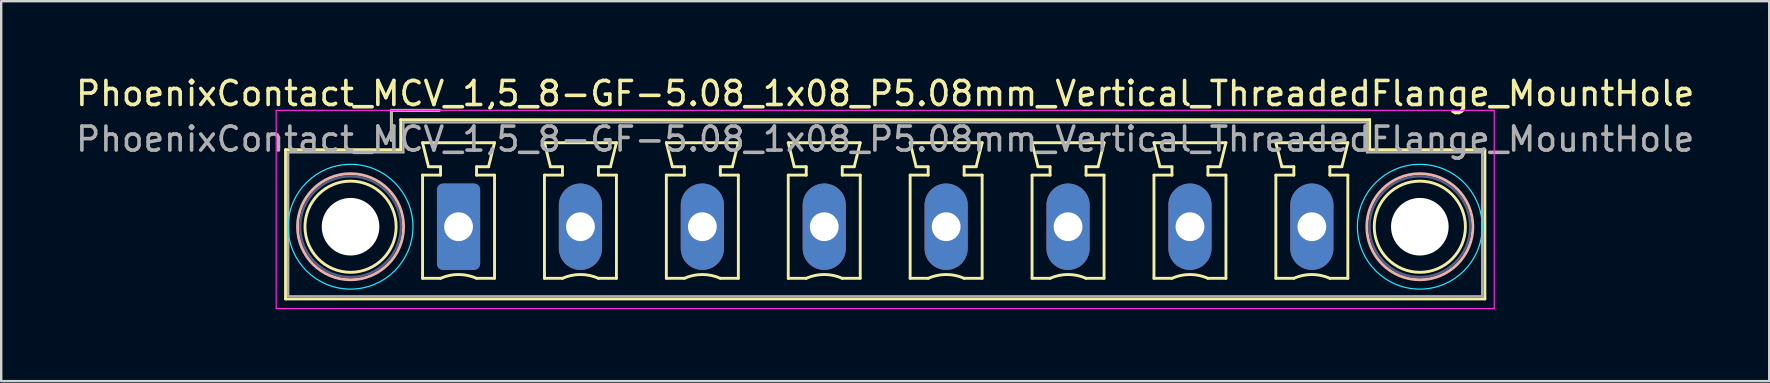
<source format=kicad_pcb>
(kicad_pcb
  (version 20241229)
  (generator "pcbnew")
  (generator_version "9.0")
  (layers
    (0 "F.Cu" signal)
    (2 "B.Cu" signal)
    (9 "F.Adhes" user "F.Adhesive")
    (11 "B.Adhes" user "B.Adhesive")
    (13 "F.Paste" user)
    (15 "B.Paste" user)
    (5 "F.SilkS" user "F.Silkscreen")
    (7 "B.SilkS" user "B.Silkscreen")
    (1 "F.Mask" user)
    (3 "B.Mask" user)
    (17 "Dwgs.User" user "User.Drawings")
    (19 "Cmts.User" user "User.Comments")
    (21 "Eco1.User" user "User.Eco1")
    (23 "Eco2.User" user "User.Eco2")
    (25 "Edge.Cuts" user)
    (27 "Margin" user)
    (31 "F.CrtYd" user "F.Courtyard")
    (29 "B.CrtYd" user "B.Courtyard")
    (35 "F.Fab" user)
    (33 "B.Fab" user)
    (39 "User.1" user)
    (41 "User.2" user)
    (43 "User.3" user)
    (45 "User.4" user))
  (footprint "PhoenixContact_MCV_1,5_8-GF-5.08_1x08_P5.08mm_Vertical_ThreadedFlange_MountHole"
    (layer "F.Cu")
    (at 16.059 6.398)
    (property "Reference" "PhoenixContact_MCV_1,5_8-GF-5.08_1x08_P5.08mm_Vertical_ThreadedFlange_MountHole" (at 17.78 -5.55 0) (layer "F.SilkS") (effects (font (size 1 1) (thickness 0.15))))
    (attr through_hole)
    (fp_line (start -7.21 -3.21) (end -7.21 3.01) (stroke (width 0.12) (type solid)) (layer "F.SilkS"))
    (fp_line (start -7.21 3.01) (end 42.77 3.01) (stroke (width 0.12) (type solid)) (layer "F.SilkS"))
    (fp_line (start -2.8 -4.85) (end -0.8 -4.85) (stroke (width 0.12) (type solid)) (layer "F.SilkS"))
    (fp_line (start -2.8 -3.6) (end -2.8 -4.85) (stroke (width 0.12) (type solid)) (layer "F.SilkS"))
    (fp_line (start -2.41 -4.46) (end -2.41 -3.21) (stroke (width 0.12) (type solid)) (layer "F.SilkS"))
    (fp_line (start -2.41 -3.21) (end -7.21 -3.21) (stroke (width 0.12) (type solid)) (layer "F.SilkS"))
    (fp_line (start -1.5 -3.5) (end 1.5 -3.5) (stroke (width 0.12) (type solid)) (layer "F.SilkS"))
    (fp_line (start -1.5 -2.15) (end -0.75 -2.15) (stroke (width 0.12) (type solid)) (layer "F.SilkS"))
    (fp_line (start -1.5 2.15) (end -1.5 -2.15) (stroke (width 0.12) (type solid)) (layer "F.SilkS"))
    (fp_line (start -1.25 -2.5) (end -1.5 -3.5) (stroke (width 0.12) (type solid)) (layer "F.SilkS"))
    (fp_line (start -0.75 -2.5) (end -1.25 -2.5) (stroke (width 0.12) (type solid)) (layer "F.SilkS"))
    (fp_line (start -0.75 -2.15) (end -0.75 -2.5) (stroke (width 0.12) (type solid)) (layer "F.SilkS"))
    (fp_line (start -0.75 2.15) (end -1.5 2.15) (stroke (width 0.12) (type solid)) (layer "F.SilkS"))
    (fp_line (start 0.75 -2.5) (end 0.75 -2.15) (stroke (width 0.12) (type solid)) (layer "F.SilkS"))
    (fp_line (start 0.75 -2.15) (end 1.5 -2.15) (stroke (width 0.12) (type solid)) (layer "F.SilkS"))
    (fp_line (start 1.25 -2.5) (end 0.75 -2.5) (stroke (width 0.12) (type solid)) (layer "F.SilkS"))
    (fp_line (start 1.5 -3.5) (end 1.25 -2.5) (stroke (width 0.12) (type solid)) (layer "F.SilkS"))
    (fp_line (start 1.5 -2.15) (end 1.5 2.15) (stroke (width 0.12) (type solid)) (layer "F.SilkS"))
    (fp_line (start 1.5 2.15) (end 0.75 2.15) (stroke (width 0.12) (type solid)) (layer "F.SilkS"))
    (fp_line (start 3.58 -3.5) (end 6.58 -3.5) (stroke (width 0.12) (type solid)) (layer "F.SilkS"))
    (fp_line (start 3.58 -2.15) (end 4.33 -2.15) (stroke (width 0.12) (type solid)) (layer "F.SilkS"))
    (fp_line (start 3.58 2.15) (end 3.58 -2.15) (stroke (width 0.12) (type solid)) (layer "F.SilkS"))
    (fp_line (start 3.83 -2.5) (end 3.58 -3.5) (stroke (width 0.12) (type solid)) (layer "F.SilkS"))
    (fp_line (start 4.33 -2.5) (end 3.83 -2.5) (stroke (width 0.12) (type solid)) (layer "F.SilkS"))
    (fp_line (start 4.33 -2.15) (end 4.33 -2.5) (stroke (width 0.12) (type solid)) (layer "F.SilkS"))
    (fp_line (start 4.33 2.15) (end 3.58 2.15) (stroke (width 0.12) (type solid)) (layer "F.SilkS"))
    (fp_line (start 5.83 -2.5) (end 5.83 -2.15) (stroke (width 0.12) (type solid)) (layer "F.SilkS"))
    (fp_line (start 5.83 -2.15) (end 6.58 -2.15) (stroke (width 0.12) (type solid)) (layer "F.SilkS"))
    (fp_line (start 6.33 -2.5) (end 5.83 -2.5) (stroke (width 0.12) (type solid)) (layer "F.SilkS"))
    (fp_line (start 6.58 -3.5) (end 6.33 -2.5) (stroke (width 0.12) (type solid)) (layer "F.SilkS"))
    (fp_line (start 6.58 -2.15) (end 6.58 2.15) (stroke (width 0.12) (type solid)) (layer "F.SilkS"))
    (fp_line (start 6.58 2.15) (end 5.83 2.15) (stroke (width 0.12) (type solid)) (layer "F.SilkS"))
    (fp_line (start 8.66 -3.5) (end 11.66 -3.5) (stroke (width 0.12) (type solid)) (layer "F.SilkS"))
    (fp_line (start 8.66 -2.15) (end 9.41 -2.15) (stroke (width 0.12) (type solid)) (layer "F.SilkS"))
    (fp_line (start 8.66 2.15) (end 8.66 -2.15) (stroke (width 0.12) (type solid)) (layer "F.SilkS"))
    (fp_line (start 8.91 -2.5) (end 8.66 -3.5) (stroke (width 0.12) (type solid)) (layer "F.SilkS"))
    (fp_line (start 9.41 -2.5) (end 8.91 -2.5) (stroke (width 0.12) (type solid)) (layer "F.SilkS"))
    (fp_line (start 9.41 -2.15) (end 9.41 -2.5) (stroke (width 0.12) (type solid)) (layer "F.SilkS"))
    (fp_line (start 9.41 2.15) (end 8.66 2.15) (stroke (width 0.12) (type solid)) (layer "F.SilkS"))
    (fp_line (start 10.91 -2.5) (end 10.91 -2.15) (stroke (width 0.12) (type solid)) (layer "F.SilkS"))
    (fp_line (start 10.91 -2.15) (end 11.66 -2.15) (stroke (width 0.12) (type solid)) (layer "F.SilkS"))
    (fp_line (start 11.41 -2.5) (end 10.91 -2.5) (stroke (width 0.12) (type solid)) (layer "F.SilkS"))
    (fp_line (start 11.66 -3.5) (end 11.41 -2.5) (stroke (width 0.12) (type solid)) (layer "F.SilkS"))
    (fp_line (start 11.66 -2.15) (end 11.66 2.15) (stroke (width 0.12) (type solid)) (layer "F.SilkS"))
    (fp_line (start 11.66 2.15) (end 10.91 2.15) (stroke (width 0.12) (type solid)) (layer "F.SilkS"))
    (fp_line (start 13.74 -3.5) (end 16.74 -3.5) (stroke (width 0.12) (type solid)) (layer "F.SilkS"))
    (fp_line (start 13.74 -2.15) (end 14.49 -2.15) (stroke (width 0.12) (type solid)) (layer "F.SilkS"))
    (fp_line (start 13.74 2.15) (end 13.74 -2.15) (stroke (width 0.12) (type solid)) (layer "F.SilkS"))
    (fp_line (start 13.99 -2.5) (end 13.74 -3.5) (stroke (width 0.12) (type solid)) (layer "F.SilkS"))
    (fp_line (start 14.49 -2.5) (end 13.99 -2.5) (stroke (width 0.12) (type solid)) (layer "F.SilkS"))
    (fp_line (start 14.49 -2.15) (end 14.49 -2.5) (stroke (width 0.12) (type solid)) (layer "F.SilkS"))
    (fp_line (start 14.49 2.15) (end 13.74 2.15) (stroke (width 0.12) (type solid)) (layer "F.SilkS"))
    (fp_line (start 15.99 -2.5) (end 15.99 -2.15) (stroke (width 0.12) (type solid)) (layer "F.SilkS"))
    (fp_line (start 15.99 -2.15) (end 16.74 -2.15) (stroke (width 0.12) (type solid)) (layer "F.SilkS"))
    (fp_line (start 16.49 -2.5) (end 15.99 -2.5) (stroke (width 0.12) (type solid)) (layer "F.SilkS"))
    (fp_line (start 16.74 -3.5) (end 16.49 -2.5) (stroke (width 0.12) (type solid)) (layer "F.SilkS"))
    (fp_line (start 16.74 -2.15) (end 16.74 2.15) (stroke (width 0.12) (type solid)) (layer "F.SilkS"))
    (fp_line (start 16.74 2.15) (end 15.99 2.15) (stroke (width 0.12) (type solid)) (layer "F.SilkS"))
    (fp_line (start 18.82 -3.5) (end 21.82 -3.5) (stroke (width 0.12) (type solid)) (layer "F.SilkS"))
    (fp_line (start 18.82 -2.15) (end 19.57 -2.15) (stroke (width 0.12) (type solid)) (layer "F.SilkS"))
    (fp_line (start 18.82 2.15) (end 18.82 -2.15) (stroke (width 0.12) (type solid)) (layer "F.SilkS"))
    (fp_line (start 19.07 -2.5) (end 18.82 -3.5) (stroke (width 0.12) (type solid)) (layer "F.SilkS"))
    (fp_line (start 19.57 -2.5) (end 19.07 -2.5) (stroke (width 0.12) (type solid)) (layer "F.SilkS"))
    (fp_line (start 19.57 -2.15) (end 19.57 -2.5) (stroke (width 0.12) (type solid)) (layer "F.SilkS"))
    (fp_line (start 19.57 2.15) (end 18.82 2.15) (stroke (width 0.12) (type solid)) (layer "F.SilkS"))
    (fp_line (start 21.07 -2.5) (end 21.07 -2.15) (stroke (width 0.12) (type solid)) (layer "F.SilkS"))
    (fp_line (start 21.07 -2.15) (end 21.82 -2.15) (stroke (width 0.12) (type solid)) (layer "F.SilkS"))
    (fp_line (start 21.57 -2.5) (end 21.07 -2.5) (stroke (width 0.12) (type solid)) (layer "F.SilkS"))
    (fp_line (start 21.82 -3.5) (end 21.57 -2.5) (stroke (width 0.12) (type solid)) (layer "F.SilkS"))
    (fp_line (start 21.82 -2.15) (end 21.82 2.15) (stroke (width 0.12) (type solid)) (layer "F.SilkS"))
    (fp_line (start 21.82 2.15) (end 21.07 2.15) (stroke (width 0.12) (type solid)) (layer "F.SilkS"))
    (fp_line (start 23.9 -3.5) (end 26.9 -3.5) (stroke (width 0.12) (type solid)) (layer "F.SilkS"))
    (fp_line (start 23.9 -2.15) (end 24.65 -2.15) (stroke (width 0.12) (type solid)) (layer "F.SilkS"))
    (fp_line (start 23.9 2.15) (end 23.9 -2.15) (stroke (width 0.12) (type solid)) (layer "F.SilkS"))
    (fp_line (start 24.15 -2.5) (end 23.9 -3.5) (stroke (width 0.12) (type solid)) (layer "F.SilkS"))
    (fp_line (start 24.65 -2.5) (end 24.15 -2.5) (stroke (width 0.12) (type solid)) (layer "F.SilkS"))
    (fp_line (start 24.65 -2.15) (end 24.65 -2.5) (stroke (width 0.12) (type solid)) (layer "F.SilkS"))
    (fp_line (start 24.65 2.15) (end 23.9 2.15) (stroke (width 0.12) (type solid)) (layer "F.SilkS"))
    (fp_line (start 26.15 -2.5) (end 26.15 -2.15) (stroke (width 0.12) (type solid)) (layer "F.SilkS"))
    (fp_line (start 26.15 -2.15) (end 26.9 -2.15) (stroke (width 0.12) (type solid)) (layer "F.SilkS"))
    (fp_line (start 26.65 -2.5) (end 26.15 -2.5) (stroke (width 0.12) (type solid)) (layer "F.SilkS"))
    (fp_line (start 26.9 -3.5) (end 26.65 -2.5) (stroke (width 0.12) (type solid)) (layer "F.SilkS"))
    (fp_line (start 26.9 -2.15) (end 26.9 2.15) (stroke (width 0.12) (type solid)) (layer "F.SilkS"))
    (fp_line (start 26.9 2.15) (end 26.15 2.15) (stroke (width 0.12) (type solid)) (layer "F.SilkS"))
    (fp_line (start 28.98 -3.5) (end 31.98 -3.5) (stroke (width 0.12) (type solid)) (layer "F.SilkS"))
    (fp_line (start 28.98 -2.15) (end 29.73 -2.15) (stroke (width 0.12) (type solid)) (layer "F.SilkS"))
    (fp_line (start 28.98 2.15) (end 28.98 -2.15) (stroke (width 0.12) (type solid)) (layer "F.SilkS"))
    (fp_line (start 29.23 -2.5) (end 28.98 -3.5) (stroke (width 0.12) (type solid)) (layer "F.SilkS"))
    (fp_line (start 29.73 -2.5) (end 29.23 -2.5) (stroke (width 0.12) (type solid)) (layer "F.SilkS"))
    (fp_line (start 29.73 -2.15) (end 29.73 -2.5) (stroke (width 0.12) (type solid)) (layer "F.SilkS"))
    (fp_line (start 29.73 2.15) (end 28.98 2.15) (stroke (width 0.12) (type solid)) (layer "F.SilkS"))
    (fp_line (start 31.23 -2.5) (end 31.23 -2.15) (stroke (width 0.12) (type solid)) (layer "F.SilkS"))
    (fp_line (start 31.23 -2.15) (end 31.98 -2.15) (stroke (width 0.12) (type solid)) (layer "F.SilkS"))
    (fp_line (start 31.73 -2.5) (end 31.23 -2.5) (stroke (width 0.12) (type solid)) (layer "F.SilkS"))
    (fp_line (start 31.98 -3.5) (end 31.73 -2.5) (stroke (width 0.12) (type solid)) (layer "F.SilkS"))
    (fp_line (start 31.98 -2.15) (end 31.98 2.15) (stroke (width 0.12) (type solid)) (layer "F.SilkS"))
    (fp_line (start 31.98 2.15) (end 31.23 2.15) (stroke (width 0.12) (type solid)) (layer "F.SilkS"))
    (fp_line (start 34.06 -3.5) (end 37.06 -3.5) (stroke (width 0.12) (type solid)) (layer "F.SilkS"))
    (fp_line (start 34.06 -2.15) (end 34.81 -2.15) (stroke (width 0.12) (type solid)) (layer "F.SilkS"))
    (fp_line (start 34.06 2.15) (end 34.06 -2.15) (stroke (width 0.12) (type solid)) (layer "F.SilkS"))
    (fp_line (start 34.31 -2.5) (end 34.06 -3.5) (stroke (width 0.12) (type solid)) (layer "F.SilkS"))
    (fp_line (start 34.81 -2.5) (end 34.31 -2.5) (stroke (width 0.12) (type solid)) (layer "F.SilkS"))
    (fp_line (start 34.81 -2.15) (end 34.81 -2.5) (stroke (width 0.12) (type solid)) (layer "F.SilkS"))
    (fp_line (start 34.81 2.15) (end 34.06 2.15) (stroke (width 0.12) (type solid)) (layer "F.SilkS"))
    (fp_line (start 36.31 -2.5) (end 36.31 -2.15) (stroke (width 0.12) (type solid)) (layer "F.SilkS"))
    (fp_line (start 36.31 -2.15) (end 37.06 -2.15) (stroke (width 0.12) (type solid)) (layer "F.SilkS"))
    (fp_line (start 36.81 -2.5) (end 36.31 -2.5) (stroke (width 0.12) (type solid)) (layer "F.SilkS"))
    (fp_line (start 37.06 -3.5) (end 36.81 -2.5) (stroke (width 0.12) (type solid)) (layer "F.SilkS"))
    (fp_line (start 37.06 -2.15) (end 37.06 2.15) (stroke (width 0.12) (type solid)) (layer "F.SilkS"))
    (fp_line (start 37.06 2.15) (end 36.31 2.15) (stroke (width 0.12) (type solid)) (layer "F.SilkS"))
    (fp_line (start 37.97 -4.46) (end -2.41 -4.46) (stroke (width 0.12) (type solid)) (layer "F.SilkS"))
    (fp_line (start 37.97 -3.21) (end 37.97 -4.46) (stroke (width 0.12) (type solid)) (layer "F.SilkS"))
    (fp_line (start 42.77 -3.21) (end 37.97 -3.21) (stroke (width 0.12) (type solid)) (layer "F.SilkS"))
    (fp_line (start 42.77 3.01) (end 42.77 -3.21) (stroke (width 0.12) (type solid)) (layer "F.SilkS"))
    (fp_arc (start -0.75 2.15) (mid -0.000193 1.99191) (end 0.749647 2.149844) (stroke (width 0.12) (type solid)) (layer "F.SilkS"))
    (fp_arc (start 4.33 2.15) (mid 5.079807 1.99191) (end 5.829647 2.149844) (stroke (width 0.12) (type solid)) (layer "F.SilkS"))
    (fp_arc (start 9.41 2.15) (mid 10.159807 1.99191) (end 10.909647 2.149844) (stroke (width 0.12) (type solid)) (layer "F.SilkS"))
    (fp_arc (start 14.49 2.15) (mid 15.239807 1.99191) (end 15.989647 2.149844) (stroke (width 0.12) (type solid)) (layer "F.SilkS"))
    (fp_arc (start 19.57 2.15) (mid 20.319807 1.99191) (end 21.069647 2.149844) (stroke (width 0.12) (type solid)) (layer "F.SilkS"))
    (fp_arc (start 24.65 2.15) (mid 25.399807 1.99191) (end 26.149647 2.149844) (stroke (width 0.12) (type solid)) (layer "F.SilkS"))
    (fp_arc (start 29.73 2.15) (mid 30.479807 1.99191) (end 31.229647 2.149844) (stroke (width 0.12) (type solid)) (layer "F.SilkS"))
    (fp_arc (start 34.81 2.15) (mid 35.559807 1.99191) (end 36.309647 2.149844) (stroke (width 0.12) (type solid)) (layer "F.SilkS"))
    (fp_circle (center -4.5 0) (end -2.6 0) (stroke (width 0.12) (type solid)) (fill no) (layer "F.SilkS"))
    (fp_circle (center 40.06 0) (end 41.96 0) (stroke (width 0.12) (type solid)) (fill no) (layer "F.SilkS"))
    (fp_circle (center -4.5 0) (end -2.29 0) (stroke (width 0.12) (type solid)) (fill no) (layer "B.SilkS"))
    (fp_circle (center 40.06 0) (end 42.27 0) (stroke (width 0.12) (type solid)) (fill no) (layer "B.SilkS"))
    (fp_circle (center -4.5 0) (end -1.9 0) (stroke (width 0.05) (type solid)) (fill no) (layer "B.CrtYd"))
    (fp_circle (center 40.06 0) (end 42.66 0) (stroke (width 0.05) (type solid)) (fill no) (layer "B.CrtYd"))
    (fp_line (start -7.6 -4.85) (end -7.6 3.41) (stroke (width 0.05) (type solid)) (layer "F.CrtYd"))
    (fp_line (start -7.6 3.41) (end 43.16 3.41) (stroke (width 0.05) (type solid)) (layer "F.CrtYd"))
    (fp_line (start 43.16 -4.85) (end -7.6 -4.85) (stroke (width 0.05) (type solid)) (layer "F.CrtYd"))
    (fp_line (start 43.16 3.41) (end 43.16 -4.85) (stroke (width 0.05) (type solid)) (layer "F.CrtYd"))
    (fp_circle (center -4.5 0) (end -2.4 0) (stroke (width 0.1) (type solid)) (fill no) (layer "B.Fab"))
    (fp_circle (center 40.06 0) (end 42.16 0) (stroke (width 0.1) (type solid)) (fill no) (layer "B.Fab"))
    (fp_line (start -7.1 -3.1) (end -7.1 2.9) (stroke (width 0.1) (type solid)) (layer "F.Fab"))
    (fp_line (start -7.1 2.9) (end 42.66 2.9) (stroke (width 0.1) (type solid)) (layer "F.Fab"))
    (fp_line (start -2.8 -4.85) (end -0.8 -4.85) (stroke (width 0.1) (type solid)) (layer "F.Fab"))
    (fp_line (start -2.8 -3.6) (end -2.8 -4.85) (stroke (width 0.1) (type solid)) (layer "F.Fab"))
    (fp_line (start -2.3 -4.35) (end -2.3 -3.1) (stroke (width 0.1) (type solid)) (layer "F.Fab"))
    (fp_line (start -2.3 -3.1) (end -7.1 -3.1) (stroke (width 0.1) (type solid)) (layer "F.Fab"))
    (fp_line (start 37.86 -4.35) (end -2.3 -4.35) (stroke (width 0.1) (type solid)) (layer "F.Fab"))
    (fp_line (start 37.86 -3.1) (end 37.86 -4.35) (stroke (width 0.1) (type solid)) (layer "F.Fab"))
    (fp_line (start 42.66 -3.1) (end 37.86 -3.1) (stroke (width 0.1) (type solid)) (layer "F.Fab"))
    (fp_line (start 42.66 2.9) (end 42.66 -3.1) (stroke (width 0.1) (type solid)) (layer "F.Fab"))
    (fp_text user "${REFERENCE}" (at 17.78 -3.65 0) (layer "F.Fab") (effects (font (size 1 1) (thickness 0.15))))
    (pad "" np_thru_hole circle (at -4.5 0) (size 2.4 2.4) (drill 2.4) (layers "*.Cu" "*.Mask"))
    (pad "" np_thru_hole circle (at 40.06 0) (size 2.4 2.4) (drill 2.4) (layers "*.Cu" "*.Mask"))
    (pad "1" thru_hole roundrect (at 0 0) (size 1.8 3.6) (drill 1.2) (layers "*.Cu" "*.Mask") (roundrect_rratio 0.139))
    (pad "2" thru_hole oval (at 5.08 0) (size 1.8 3.6) (drill 1.2) (layers "*.Cu" "*.Mask"))
    (pad "3" thru_hole oval (at 10.16 0) (size 1.8 3.6) (drill 1.2) (layers "*.Cu" "*.Mask"))
    (pad "4" thru_hole oval (at 15.24 0) (size 1.8 3.6) (drill 1.2) (layers "*.Cu" "*.Mask"))
    (pad "5" thru_hole oval (at 20.32 0) (size 1.8 3.6) (drill 1.2) (layers "*.Cu" "*.Mask"))
    (pad "6" thru_hole oval (at 25.4 0) (size 1.8 3.6) (drill 1.2) (layers "*.Cu" "*.Mask"))
    (pad "7" thru_hole oval (at 30.48 0) (size 1.8 3.6) (drill 1.2) (layers "*.Cu" "*.Mask"))
    (pad "8" thru_hole oval (at 35.56 0) (size 1.8 3.6) (drill 1.2) (layers "*.Cu" "*.Mask")))
  (gr_rect
    (start -3 -3)
    (end 70.679 12.833)
    (stroke (width 0.1) (type default))
    (fill no)
    (layer "Edge.Cuts")))
</source>
